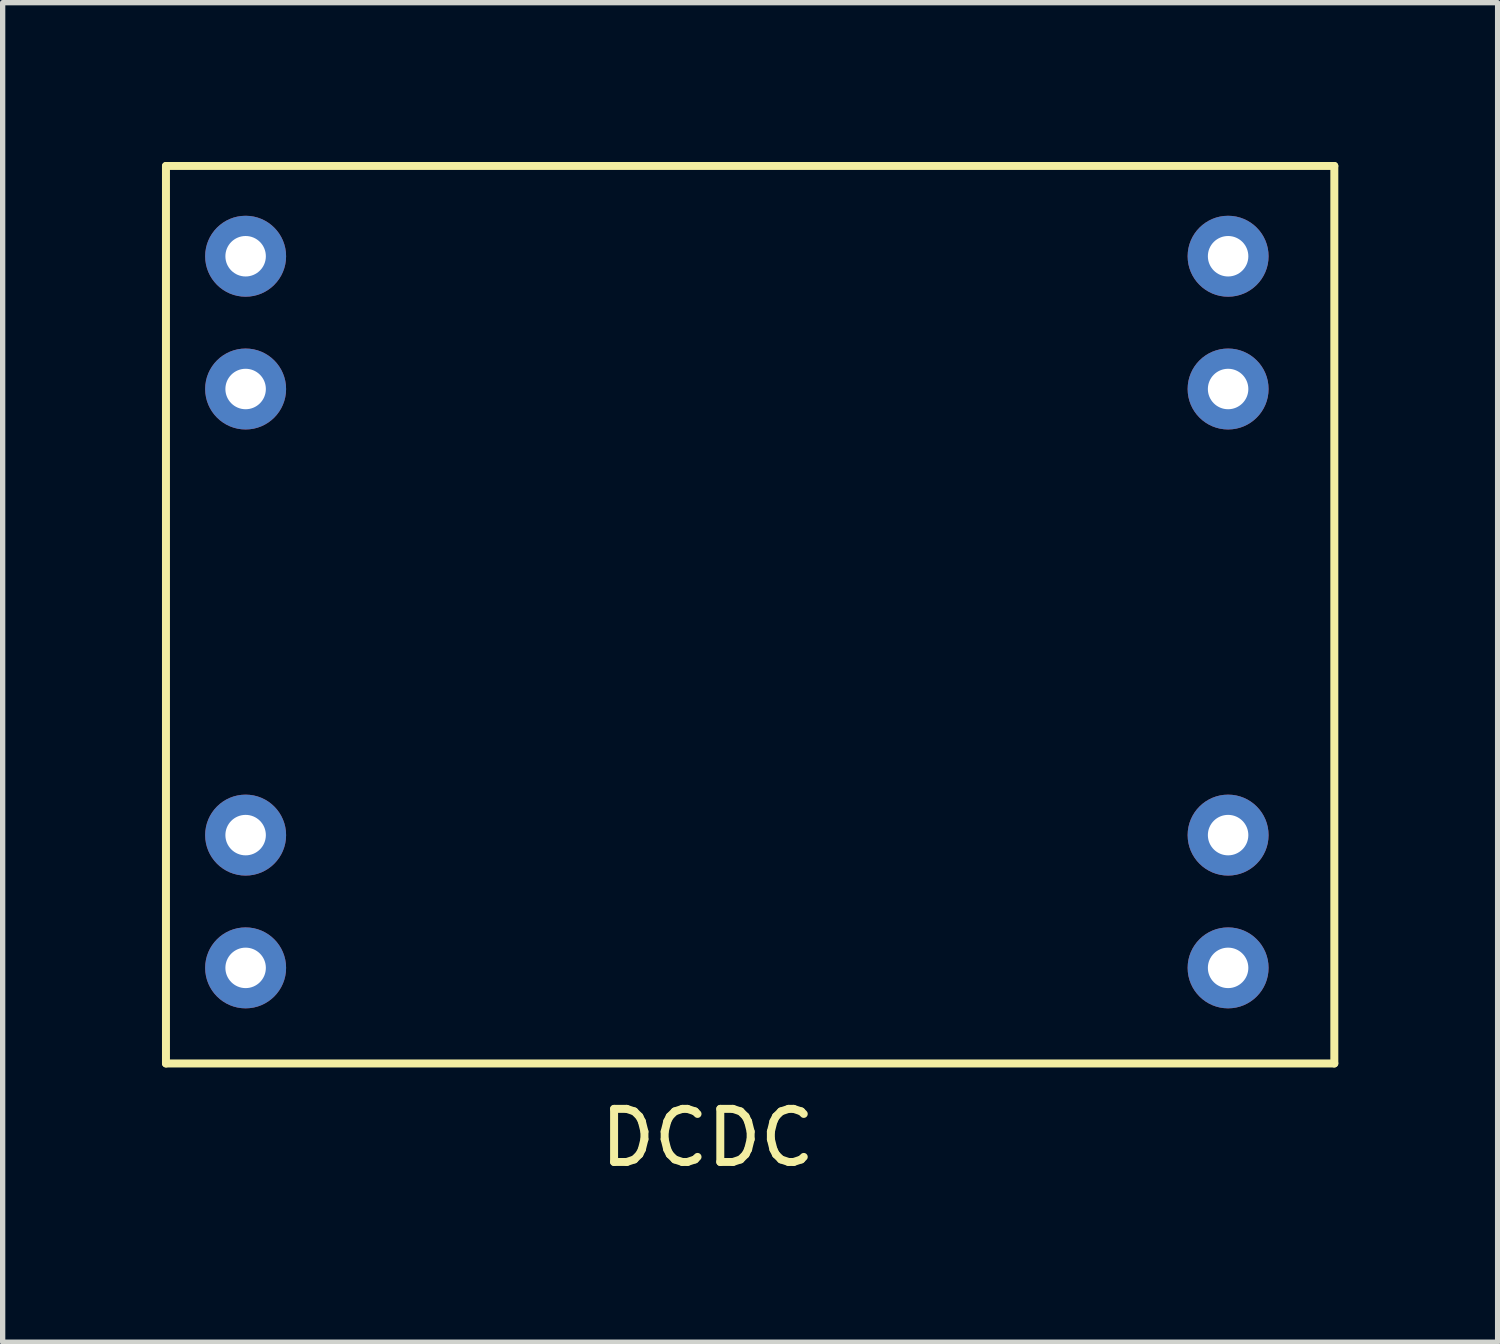
<source format=kicad_pcb>
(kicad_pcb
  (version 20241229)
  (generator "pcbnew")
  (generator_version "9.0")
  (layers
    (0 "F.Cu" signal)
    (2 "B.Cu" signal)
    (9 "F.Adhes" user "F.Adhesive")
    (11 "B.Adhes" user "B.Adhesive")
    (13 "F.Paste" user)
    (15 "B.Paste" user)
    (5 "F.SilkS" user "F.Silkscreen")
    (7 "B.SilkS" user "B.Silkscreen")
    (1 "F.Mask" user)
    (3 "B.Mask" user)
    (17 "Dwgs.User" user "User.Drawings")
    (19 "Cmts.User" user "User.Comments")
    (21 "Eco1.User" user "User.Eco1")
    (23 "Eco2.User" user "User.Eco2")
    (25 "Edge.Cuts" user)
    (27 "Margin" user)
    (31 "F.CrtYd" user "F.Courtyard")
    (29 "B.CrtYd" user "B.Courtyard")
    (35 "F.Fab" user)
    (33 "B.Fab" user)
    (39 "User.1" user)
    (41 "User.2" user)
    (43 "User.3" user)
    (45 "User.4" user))
  (footprint "DCDC"
    (layer "F.Cu")
    (at 10.275 6.475)
    (property "Reference" "DCDC" (at 0 11.9 0) (layer "F.SilkS") (effects (font (size 1 1) (thickness 0.15))))
    (attr through_hole)
    (fp_line (start -10.2 -6.4) (end -10.2 10.5) (stroke (width 0.15) (type solid)) (layer "F.SilkS"))
    (fp_line (start -10.2 -6.4) (end 11.8 -6.4) (stroke (width 0.15) (type solid)) (layer "F.SilkS"))
    (fp_line (start -10.2 10.5) (end 11.8 10.5) (stroke (width 0.15) (type solid)) (layer "F.SilkS"))
    (fp_line (start 11.8 -6.4) (end 11.8 10.5) (stroke (width 0.15) (type solid)) (layer "F.SilkS"))
    (pad "1" thru_hole circle (at -8.7 8.7) (size 1.524 1.524) (drill 0.762) (layers "*.Cu" "*.Mask"))
    (pad "2" thru_hole circle (at -8.7 6.2) (size 1.524 1.524) (drill 0.762) (layers "*.Cu" "*.Mask"))
    (pad "3" thru_hole circle (at -8.7 -2.2) (size 1.524 1.524) (drill 0.762) (layers "*.Cu" "*.Mask"))
    (pad "4" thru_hole circle (at -8.7 -4.7) (size 1.524 1.524) (drill 0.762) (layers "*.Cu" "*.Mask"))
    (pad "5" thru_hole circle (at 9.8 8.7) (size 1.524 1.524) (drill 0.762) (layers "*.Cu" "*.Mask"))
    (pad "6" thru_hole circle (at 9.8 6.2) (size 1.524 1.524) (drill 0.762) (layers "*.Cu" "*.Mask"))
    (pad "7" thru_hole circle (at 9.8 -2.2) (size 1.524 1.524) (drill 0.762) (layers "*.Cu" "*.Mask"))
    (pad "8" thru_hole circle (at 9.8 -4.7) (size 1.524 1.524) (drill 0.762) (layers "*.Cu" "*.Mask")))
  (gr_rect
    (start -3 -3)
    (end 25.15 22.223)
    (stroke (width 0.1) (type default))
    (fill no)
    (layer "Edge.Cuts")))
</source>
